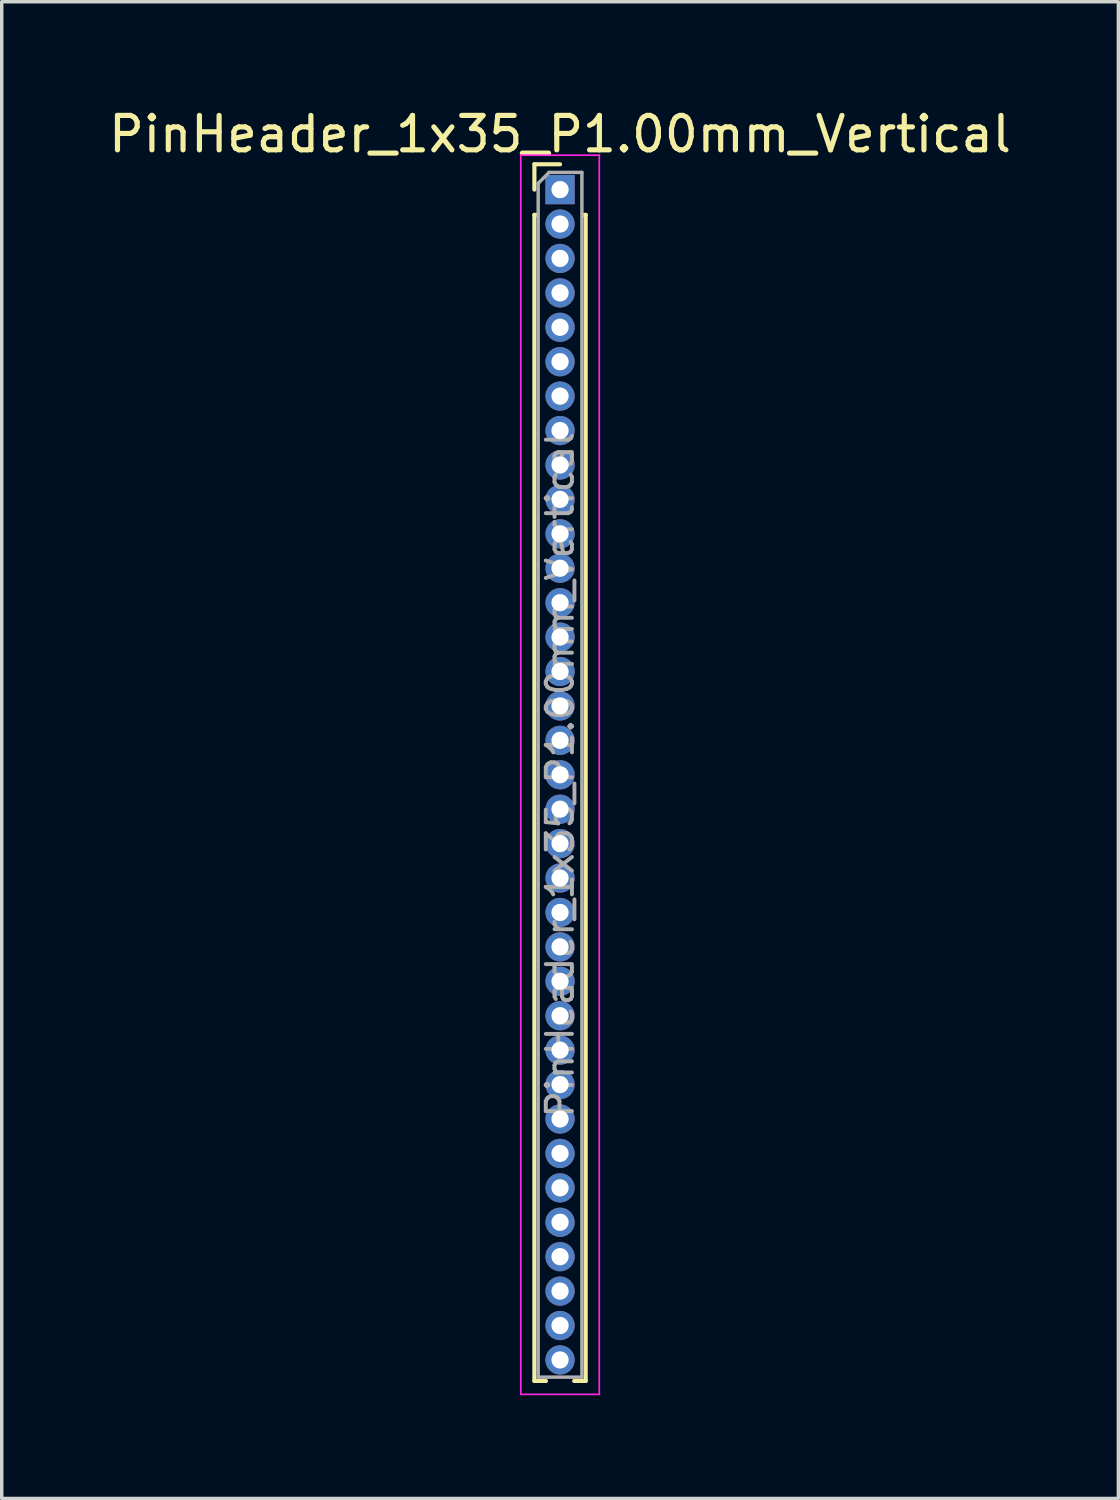
<source format=kicad_pcb>
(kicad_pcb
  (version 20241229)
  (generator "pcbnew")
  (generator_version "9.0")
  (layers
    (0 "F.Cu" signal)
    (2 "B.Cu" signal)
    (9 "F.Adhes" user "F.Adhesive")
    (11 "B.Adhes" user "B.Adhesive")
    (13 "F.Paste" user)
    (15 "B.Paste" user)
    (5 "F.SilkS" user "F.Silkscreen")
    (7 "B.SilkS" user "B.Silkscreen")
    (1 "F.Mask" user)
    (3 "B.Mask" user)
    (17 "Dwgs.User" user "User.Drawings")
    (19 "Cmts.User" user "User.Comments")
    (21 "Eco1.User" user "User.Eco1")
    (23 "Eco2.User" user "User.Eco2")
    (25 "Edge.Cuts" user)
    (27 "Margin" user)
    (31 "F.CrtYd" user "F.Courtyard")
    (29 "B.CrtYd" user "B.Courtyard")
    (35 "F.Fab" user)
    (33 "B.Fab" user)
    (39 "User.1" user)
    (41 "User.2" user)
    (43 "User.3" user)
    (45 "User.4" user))
  (footprint "PinHeader_1x35_P1.00mm_Vertical"
    (layer "F.Cu")
    (at 13.22 2.458)
    (property "Reference" "PinHeader_1x35_P1.00mm_Vertical" (at 0 -1.61 0) (layer "F.SilkS") (effects (font (size 1 1) (thickness 0.15))))
    (attr through_hole)
    (fp_line (start -0.745 -0.735) (end 0 -0.735) (stroke (width 0.12) (type solid)) (layer "F.SilkS"))
    (fp_line (start -0.745 0) (end -0.745 -0.735) (stroke (width 0.12) (type solid)) (layer "F.SilkS"))
    (fp_line (start -0.745 0.735) (end -0.745 34.61) (stroke (width 0.12) (type solid)) (layer "F.SilkS"))
    (fp_line (start -0.745 0.735) (end -0.686 0.735) (stroke (width 0.12) (type solid)) (layer "F.SilkS"))
    (fp_line (start -0.745 34.61) (end -0.41 34.61) (stroke (width 0.12) (type solid)) (layer "F.SilkS"))
    (fp_line (start 0.41 34.61) (end 0.745 34.61) (stroke (width 0.12) (type solid)) (layer "F.SilkS"))
    (fp_line (start 0.686 0.735) (end 0.745 0.735) (stroke (width 0.12) (type solid)) (layer "F.SilkS"))
    (fp_line (start 0.745 0.735) (end 0.745 34.61) (stroke (width 0.12) (type solid)) (layer "F.SilkS"))
    (fp_line (start -1.14 -1) (end -1.14 35) (stroke (width 0.05) (type solid)) (layer "F.CrtYd"))
    (fp_line (start -1.14 35) (end 1.14 35) (stroke (width 0.05) (type solid)) (layer "F.CrtYd"))
    (fp_line (start 1.14 -1) (end -1.14 -1) (stroke (width 0.05) (type solid)) (layer "F.CrtYd"))
    (fp_line (start 1.14 35) (end 1.14 -1) (stroke (width 0.05) (type solid)) (layer "F.CrtYd"))
    (fp_line (start -0.635 -0.182) (end -0.318 -0.5) (stroke (width 0.1) (type solid)) (layer "F.Fab"))
    (fp_line (start -0.635 34.5) (end -0.635 -0.182) (stroke (width 0.1) (type solid)) (layer "F.Fab"))
    (fp_line (start -0.318 -0.5) (end 0.635 -0.5) (stroke (width 0.1) (type solid)) (layer "F.Fab"))
    (fp_line (start 0.635 -0.5) (end 0.635 34.5) (stroke (width 0.1) (type solid)) (layer "F.Fab"))
    (fp_line (start 0.635 34.5) (end -0.635 34.5) (stroke (width 0.1) (type solid)) (layer "F.Fab"))
    (fp_text user "${REFERENCE}" (at 0 17 90) (layer "F.Fab") (effects (font (size 0.76 0.76) (thickness 0.114))))
    (pad "1" thru_hole rect (at 0 0) (size 0.85 0.85) (drill 0.5) (layers "*.Cu" "*.Mask"))
    (pad "2" thru_hole circle (at 0 1) (size 0.85 0.85) (drill 0.5) (layers "*.Cu" "*.Mask"))
    (pad "3" thru_hole circle (at 0 2) (size 0.85 0.85) (drill 0.5) (layers "*.Cu" "*.Mask"))
    (pad "4" thru_hole circle (at 0 3) (size 0.85 0.85) (drill 0.5) (layers "*.Cu" "*.Mask"))
    (pad "5" thru_hole circle (at 0 4) (size 0.85 0.85) (drill 0.5) (layers "*.Cu" "*.Mask"))
    (pad "6" thru_hole circle (at 0 5) (size 0.85 0.85) (drill 0.5) (layers "*.Cu" "*.Mask"))
    (pad "7" thru_hole circle (at 0 6) (size 0.85 0.85) (drill 0.5) (layers "*.Cu" "*.Mask"))
    (pad "8" thru_hole circle (at 0 7) (size 0.85 0.85) (drill 0.5) (layers "*.Cu" "*.Mask"))
    (pad "9" thru_hole circle (at 0 8) (size 0.85 0.85) (drill 0.5) (layers "*.Cu" "*.Mask"))
    (pad "10" thru_hole circle (at 0 9) (size 0.85 0.85) (drill 0.5) (layers "*.Cu" "*.Mask"))
    (pad "11" thru_hole circle (at 0 10) (size 0.85 0.85) (drill 0.5) (layers "*.Cu" "*.Mask"))
    (pad "12" thru_hole circle (at 0 11) (size 0.85 0.85) (drill 0.5) (layers "*.Cu" "*.Mask"))
    (pad "13" thru_hole circle (at 0 12) (size 0.85 0.85) (drill 0.5) (layers "*.Cu" "*.Mask"))
    (pad "14" thru_hole circle (at 0 13) (size 0.85 0.85) (drill 0.5) (layers "*.Cu" "*.Mask"))
    (pad "15" thru_hole circle (at 0 14) (size 0.85 0.85) (drill 0.5) (layers "*.Cu" "*.Mask"))
    (pad "16" thru_hole circle (at 0 15) (size 0.85 0.85) (drill 0.5) (layers "*.Cu" "*.Mask"))
    (pad "17" thru_hole circle (at 0 16) (size 0.85 0.85) (drill 0.5) (layers "*.Cu" "*.Mask"))
    (pad "18" thru_hole circle (at 0 17) (size 0.85 0.85) (drill 0.5) (layers "*.Cu" "*.Mask"))
    (pad "19" thru_hole circle (at 0 18) (size 0.85 0.85) (drill 0.5) (layers "*.Cu" "*.Mask"))
    (pad "20" thru_hole circle (at 0 19) (size 0.85 0.85) (drill 0.5) (layers "*.Cu" "*.Mask"))
    (pad "21" thru_hole circle (at 0 20) (size 0.85 0.85) (drill 0.5) (layers "*.Cu" "*.Mask"))
    (pad "22" thru_hole circle (at 0 21) (size 0.85 0.85) (drill 0.5) (layers "*.Cu" "*.Mask"))
    (pad "23" thru_hole circle (at 0 22) (size 0.85 0.85) (drill 0.5) (layers "*.Cu" "*.Mask"))
    (pad "24" thru_hole circle (at 0 23) (size 0.85 0.85) (drill 0.5) (layers "*.Cu" "*.Mask"))
    (pad "25" thru_hole circle (at 0 24) (size 0.85 0.85) (drill 0.5) (layers "*.Cu" "*.Mask"))
    (pad "26" thru_hole circle (at 0 25) (size 0.85 0.85) (drill 0.5) (layers "*.Cu" "*.Mask"))
    (pad "27" thru_hole circle (at 0 26) (size 0.85 0.85) (drill 0.5) (layers "*.Cu" "*.Mask"))
    (pad "28" thru_hole circle (at 0 27) (size 0.85 0.85) (drill 0.5) (layers "*.Cu" "*.Mask"))
    (pad "29" thru_hole circle (at 0 28) (size 0.85 0.85) (drill 0.5) (layers "*.Cu" "*.Mask"))
    (pad "30" thru_hole circle (at 0 29) (size 0.85 0.85) (drill 0.5) (layers "*.Cu" "*.Mask"))
    (pad "31" thru_hole circle (at 0 30) (size 0.85 0.85) (drill 0.5) (layers "*.Cu" "*.Mask"))
    (pad "32" thru_hole circle (at 0 31) (size 0.85 0.85) (drill 0.5) (layers "*.Cu" "*.Mask"))
    (pad "33" thru_hole circle (at 0 32) (size 0.85 0.85) (drill 0.5) (layers "*.Cu" "*.Mask"))
    (pad "34" thru_hole circle (at 0 33) (size 0.85 0.85) (drill 0.5) (layers "*.Cu" "*.Mask"))
    (pad "35" thru_hole circle (at 0 34) (size 0.85 0.85) (drill 0.5) (layers "*.Cu" "*.Mask")))
  (gr_rect
    (start -3 -3)
    (end 29.44 40.483)
    (stroke (width 0.1) (type default))
    (fill no)
    (layer "Edge.Cuts")))
</source>
